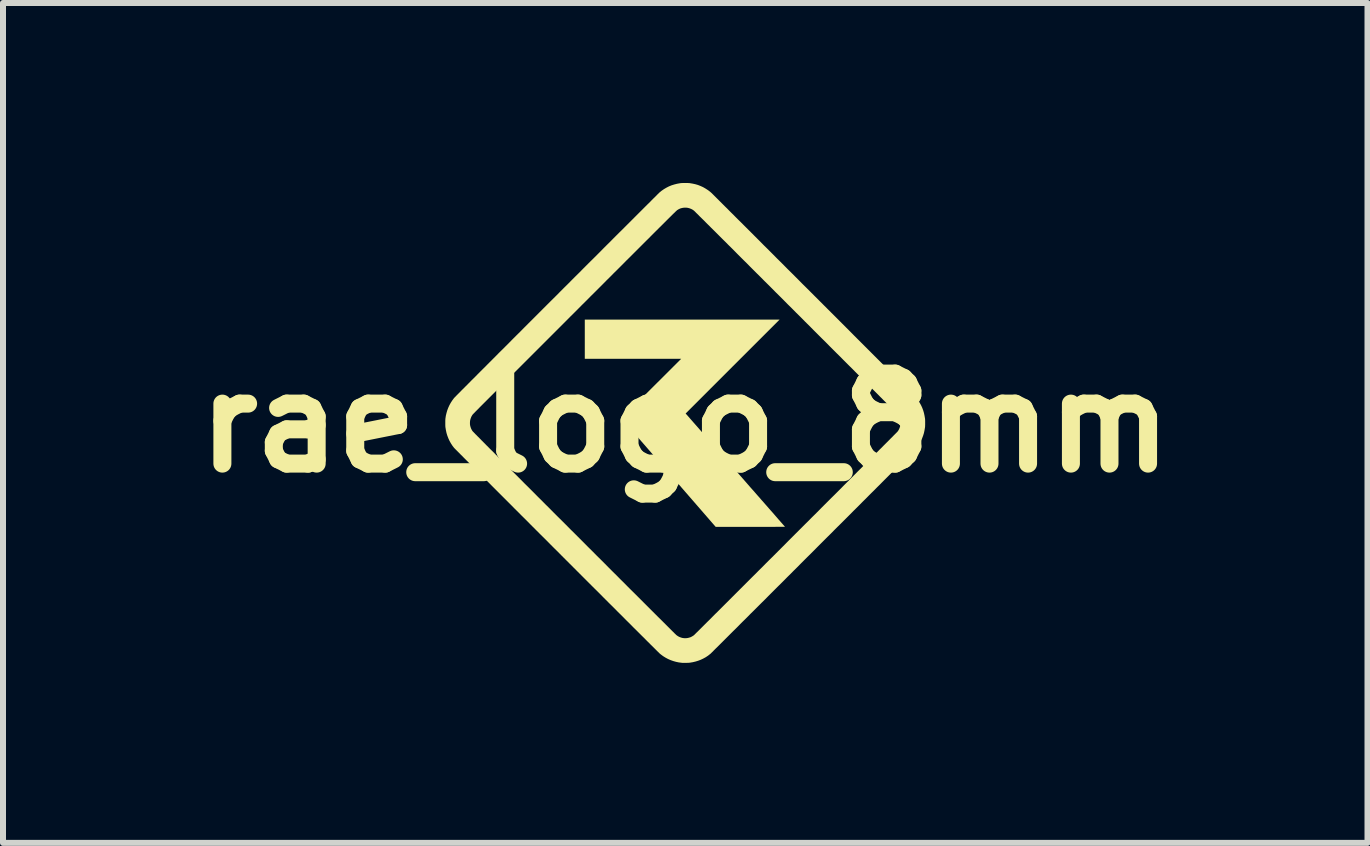
<source format=kicad_pcb>
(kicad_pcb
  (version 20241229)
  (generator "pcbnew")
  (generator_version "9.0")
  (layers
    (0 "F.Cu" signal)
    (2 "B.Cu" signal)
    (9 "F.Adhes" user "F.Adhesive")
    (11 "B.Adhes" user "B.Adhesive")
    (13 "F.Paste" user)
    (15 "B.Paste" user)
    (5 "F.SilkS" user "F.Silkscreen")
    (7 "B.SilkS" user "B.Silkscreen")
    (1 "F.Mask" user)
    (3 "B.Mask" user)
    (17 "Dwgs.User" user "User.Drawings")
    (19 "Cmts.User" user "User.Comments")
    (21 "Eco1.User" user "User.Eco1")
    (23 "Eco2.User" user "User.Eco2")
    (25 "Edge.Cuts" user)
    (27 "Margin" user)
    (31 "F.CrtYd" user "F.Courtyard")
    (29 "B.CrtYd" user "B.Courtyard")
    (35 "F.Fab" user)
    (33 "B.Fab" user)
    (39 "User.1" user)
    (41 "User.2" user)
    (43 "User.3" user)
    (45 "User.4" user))
  (footprint "rae_logo_8mm"
    (layer "F.Cu")
    (at 8.371 3.999)
    (property "Reference" "rae_logo_8mm" (at 0 0 0) (layer "F.SilkS") (effects (font (size 1.5 1.5) (thickness 0.3))))
    (attr board_only exclude_from_pos_files exclude_from_bom)
    (fp_poly (pts (xy 0.79 -0.94) (xy 0.007 -0.157) (xy 0.833 0.785) (xy 0.877 0.834) (xy 0.92 0.883) (xy 0.962 0.931) (xy 1.004 0.979) (xy 1.044 1.025) (xy 1.084 1.071) (xy 1.124 1.116) (xy 1.162 1.159) (xy 1.199 1.202) (xy 1.236 1.243) (xy 1.271 1.284) (xy 1.305 1.322) (xy 1.338 1.36) (xy 1.37 1.396) (xy 1.4 1.431) (xy 1.429 1.464) (xy 1.457 1.495) (xy 1.483 1.525) (xy 1.507 1.553) (xy 1.53 1.579) (xy 1.551 1.604) (xy 1.571 1.626) (xy 1.589 1.647) (xy 1.605 1.665) (xy 1.619 1.681) (xy 1.631 1.695) (xy 1.642 1.707) (xy 1.65 1.716) (xy 1.656 1.723) (xy 1.66 1.728) (xy 1.661 1.73) (xy 1.662 1.73) (xy 1.662 1.73) (xy 1.661 1.73) (xy 1.661 1.73) (xy 1.66 1.731) (xy 1.658 1.731) (xy 1.655 1.731) (xy 1.652 1.731) (xy 1.647 1.731) (xy 1.642 1.732) (xy 1.635 1.732) (xy 1.627 1.732) (xy 1.618 1.732) (xy 1.607 1.732) (xy 1.595 1.732) (xy 1.581 1.732) (xy 1.565 1.732) (xy 1.547 1.732) (xy 1.527 1.732) (xy 1.505 1.732) (xy 1.48 1.733) (xy 1.453 1.733) (xy 1.424 1.733) (xy 1.392 1.733) (xy 1.358 1.733) (xy 1.32 1.733) (xy 1.28 1.733) (xy 1.237 1.733) (xy 1.19 1.733) (xy 1.14 1.733) (xy 1.087 1.733) (xy 1.086 1.733) (xy 0.508 1.733) (xy -0.191 0.928) (xy -0.89 0.124) (xy -0.982 0.031) (xy -1.075 -0.062) (xy -0.571 -0.566) (xy -0.067 -1.069) (xy -0.87 -1.069) (xy -1.674 -1.069) (xy -1.674 -1.396) (xy -1.674 -1.722) (xy -0.05 -1.722) (xy 1.573 -1.722)) (stroke (width 0) (type solid)) (fill yes) (layer "F.SilkS"))
    (fp_poly (pts (xy 0.009 -3.999) (xy 0.024 -3.999) (xy 0.039 -3.999) (xy 0.052 -3.998) (xy 0.063 -3.998) (xy 0.071 -3.997) (xy 0.12 -3.989) (xy 0.167 -3.979) (xy 0.212 -3.966) (xy 0.255 -3.949) (xy 0.297 -3.93) (xy 0.337 -3.907) (xy 0.376 -3.882) (xy 0.394 -3.869) (xy 0.404 -3.861) (xy 0.415 -3.853) (xy 0.425 -3.844) (xy 0.434 -3.836) (xy 0.437 -3.834) (xy 0.439 -3.832) (xy 0.443 -3.828) (xy 0.45 -3.821) (xy 0.459 -3.812) (xy 0.47 -3.801) (xy 0.484 -3.787) (xy 0.499 -3.772) (xy 0.517 -3.754) (xy 0.537 -3.734) (xy 0.559 -3.712) (xy 0.583 -3.688) (xy 0.609 -3.662) (xy 0.637 -3.634) (xy 0.667 -3.604) (xy 0.699 -3.573) (xy 0.732 -3.539) (xy 0.767 -3.504) (xy 0.804 -3.468) (xy 0.842 -3.429) (xy 0.882 -3.389) (xy 0.924 -3.348) (xy 0.967 -3.305) (xy 1.012 -3.26) (xy 1.058 -3.214) (xy 1.105 -3.167) (xy 1.154 -3.118) (xy 1.204 -3.068) (xy 1.255 -3.017) (xy 1.307 -2.964) (xy 1.361 -2.911) (xy 1.416 -2.856) (xy 1.472 -2.8) (xy 1.528 -2.743) (xy 1.586 -2.686) (xy 1.645 -2.627) (xy 1.704 -2.567) (xy 1.765 -2.507) (xy 1.826 -2.446) (xy 1.888 -2.384) (xy 1.95 -2.321) (xy 2.014 -2.258) (xy 2.078 -2.194) (xy 2.142 -2.13) (xy 2.148 -2.124) (xy 2.231 -2.041) (xy 2.312 -1.96) (xy 2.39 -1.882) (xy 2.466 -1.806) (xy 2.54 -1.732) (xy 2.611 -1.661) (xy 2.68 -1.592) (xy 2.747 -1.525) (xy 2.811 -1.46) (xy 2.873 -1.398) (xy 2.933 -1.338) (xy 2.991 -1.28) (xy 3.047 -1.224) (xy 3.101 -1.17) (xy 3.152 -1.119) (xy 3.202 -1.069) (xy 3.249 -1.022) (xy 3.295 -0.976) (xy 3.338 -0.933) (xy 3.379 -0.891) (xy 3.419 -0.852) (xy 3.457 -0.814) (xy 3.492 -0.778) (xy 3.526 -0.744) (xy 3.558 -0.712) (xy 3.589 -0.682) (xy 3.617 -0.653) (xy 3.644 -0.626) (xy 3.669 -0.601) (xy 3.692 -0.578) (xy 3.714 -0.556) (xy 3.734 -0.536) (xy 3.752 -0.517) (xy 3.769 -0.5) (xy 3.784 -0.485) (xy 3.797 -0.471) (xy 3.81 -0.459) (xy 3.82 -0.448) (xy 3.829 -0.439) (xy 3.837 -0.431) (xy 3.843 -0.425) (xy 3.848 -0.42) (xy 3.852 -0.416) (xy 3.854 -0.413) (xy 3.855 -0.413) (xy 3.884 -0.374) (xy 3.909 -0.334) (xy 3.931 -0.294) (xy 3.95 -0.253) (xy 3.966 -0.21) (xy 3.979 -0.166) (xy 3.989 -0.119) (xy 3.997 -0.071) (xy 3.997 -0.071) (xy 3.998 -0.063) (xy 3.998 -0.052) (xy 3.999 -0.038) (xy 3.999 -0.021) (xy 3.999 -0.003) (xy 3.999 0) (xy 3.999 0.018) (xy 3.999 0.035) (xy 3.998 0.049) (xy 3.998 0.061) (xy 3.997 0.07) (xy 3.997 0.071) (xy 3.989 0.12) (xy 3.979 0.168) (xy 3.965 0.213) (xy 3.948 0.258) (xy 3.928 0.3) (xy 3.905 0.341) (xy 3.88 0.38) (xy 3.851 0.417) (xy 3.84 0.43) (xy 3.838 0.432) (xy 3.834 0.436) (xy 3.827 0.443) (xy 3.818 0.452) (xy 3.807 0.463) (xy 3.794 0.477) (xy 3.778 0.492) (xy 3.761 0.51) (xy 3.741 0.529) (xy 3.72 0.551) (xy 3.696 0.575) (xy 3.671 0.6) (xy 3.644 0.627) (xy 3.615 0.656) (xy 3.584 0.687) (xy 3.552 0.719) (xy 3.518 0.753) (xy 3.483 0.788) (xy 3.446 0.825) (xy 3.408 0.863) (xy 3.368 0.903) (xy 3.327 0.944) (xy 3.285 0.986) (xy 3.242 1.03) (xy 3.197 1.074) (xy 3.152 1.12) (xy 3.105 1.166) (xy 3.057 1.214) (xy 3.009 1.263) (xy 2.959 1.312) (xy 2.909 1.363) (xy 2.858 1.414) (xy 2.806 1.465) (xy 2.754 1.518) (xy 2.701 1.571) (xy 2.647 1.625) (xy 2.593 1.679) (xy 2.538 1.733) (xy 2.483 1.788) (xy 2.428 1.844) (xy 2.372 1.899) (xy 2.316 1.955) (xy 2.26 2.011) (xy 2.204 2.067) (xy 2.148 2.124) (xy 2.092 2.18) (xy 2.035 2.236) (xy 1.979 2.292) (xy 1.923 2.348) (xy 1.868 2.404) (xy 1.812 2.459) (xy 1.757 2.515) (xy 1.702 2.569) (xy 1.648 2.624) (xy 1.594 2.678) (xy 1.54 2.731) (xy 1.487 2.784) (xy 1.435 2.836) (xy 1.383 2.888) (xy 1.333 2.939) (xy 1.283 2.988) (xy 1.233 3.038) (xy 1.185 3.086) (xy 1.138 3.133) (xy 1.091 3.179) (xy 1.046 3.225) (xy 1.002 3.269) (xy 0.959 3.311) (xy 0.917 3.353) (xy 0.877 3.394) (xy 0.838 3.433) (xy 0.8 3.47) (xy 0.764 3.506) (xy 0.729 3.541) (xy 0.696 3.574) (xy 0.664 3.606) (xy 0.634 3.636) (xy 0.606 3.664) (xy 0.58 3.69) (xy 0.555 3.715) (xy 0.532 3.738) (xy 0.511 3.758) (xy 0.492 3.777) (xy 0.475 3.794) (xy 0.461 3.809) (xy 0.448 3.821) (xy 0.438 3.831) (xy 0.43 3.839) (xy 0.424 3.845) (xy 0.42 3.848) (xy 0.419 3.849) (xy 0.381 3.879) (xy 0.342 3.905) (xy 0.302 3.927) (xy 0.26 3.947) (xy 0.218 3.963) (xy 0.173 3.977) (xy 0.127 3.988) (xy 0.079 3.996) (xy 0.079 3.996) (xy 0.071 3.997) (xy 0.06 3.998) (xy 0.047 3.998) (xy 0.033 3.999) (xy 0.017 3.999) (xy 0.002 3.999) (xy -0.014 3.999) (xy -0.028 3.999) (xy -0.041 3.999) (xy -0.051 3.999) (xy -0.058 3.998) (xy -0.107 3.992) (xy -0.154 3.982) (xy -0.2 3.969) (xy -0.245 3.953) (xy -0.288 3.934) (xy -0.329 3.912) (xy -0.369 3.887) (xy -0.408 3.858) (xy -0.426 3.843) (xy -0.429 3.841) (xy -0.433 3.836) (xy -0.44 3.829) (xy -0.449 3.82) (xy -0.461 3.809) (xy -0.474 3.796) (xy -0.49 3.78) (xy -0.508 3.762) (xy -0.527 3.743) (xy -0.549 3.721) (xy -0.573 3.698) (xy -0.598 3.672) (xy -0.626 3.645) (xy -0.655 3.616) (xy -0.685 3.585) (xy -0.718 3.553) (xy -0.752 3.519) (xy -0.787 3.484) (xy -0.824 3.447) (xy -0.863 3.409) (xy -0.902 3.369) (xy -0.943 3.328) (xy -0.986 3.286) (xy -1.029 3.242) (xy -1.074 3.197) (xy -1.12 3.152) (xy -1.166 3.105) (xy -1.214 3.057) (xy -1.263 3.009) (xy -1.313 2.959) (xy -1.363 2.909) (xy -1.414 2.857) (xy -1.466 2.805) (xy -1.519 2.753) (xy -1.572 2.7) (xy -1.626 2.646) (xy -1.68 2.592) (xy -1.735 2.537) (xy -1.79 2.482) (xy -1.845 2.427) (xy -1.901 2.371) (xy -1.957 2.315) (xy -2.013 2.259) (xy -2.069 2.203) (xy -2.125 2.146) (xy -2.182 2.09) (xy -2.238 2.034) (xy -2.294 1.977) (xy -2.35 1.921) (xy -2.406 1.866) (xy -2.462 1.81) (xy -2.517 1.755) (xy -2.572 1.7) (xy -2.626 1.645) (xy -2.68 1.591) (xy -2.734 1.538) (xy -2.786 1.485) (xy -2.839 1.433) (xy -2.89 1.381) (xy -2.941 1.33) (xy -2.991 1.28) (xy -3.04 1.231) (xy -3.088 1.183) (xy -3.136 1.135) (xy -3.182 1.089) (xy -3.227 1.044) (xy -3.271 0.999) (xy -3.314 0.957) (xy -3.356 0.915) (xy -3.396 0.874) (xy -3.435 0.835) (xy -3.473 0.798) (xy -3.509 0.761) (xy -3.544 0.726) (xy -3.577 0.693) (xy -3.608 0.662) (xy -3.638 0.632) (xy -3.666 0.604) (xy -3.693 0.577) (xy -3.717 0.552) (xy -3.74 0.53) (xy -3.76 0.509) (xy -3.779 0.49) (xy -3.796 0.473) (xy -3.81 0.459) (xy -3.823 0.446) (xy -3.833 0.436) (xy -3.841 0.428) (xy -3.846 0.422) (xy -3.85 0.419) (xy -3.851 0.418) (xy -3.88 0.38) (xy -3.906 0.34) (xy -3.929 0.299) (xy -3.948 0.257) (xy -3.965 0.213) (xy -3.979 0.167) (xy -3.989 0.12) (xy -3.997 0.071) (xy -3.998 0.063) (xy -3.998 0.052) (xy -3.999 0.038) (xy -3.999 0.024) (xy -3.999 0.008) (xy -3.999 -0.008) (xy -3.588 -0.008) (xy -3.588 0.021) (xy -3.584 0.048) (xy -3.576 0.075) (xy -3.566 0.101) (xy -3.552 0.126) (xy -3.547 0.134) (xy -3.546 0.135) (xy -3.545 0.136) (xy -3.544 0.138) (xy -3.542 0.14) (xy -3.539 0.143) (xy -3.537 0.146) (xy -3.533 0.149) (xy -3.529 0.154) (xy -3.524 0.158) (xy -3.519 0.164) (xy -3.513 0.17) (xy -3.506 0.177) (xy -3.499 0.185) (xy -3.491 0.193) (xy -3.481 0.202) (xy -3.471 0.213) (xy -3.46 0.224) (xy -3.448 0.236) (xy -3.435 0.249) (xy -3.421 0.263) (xy -3.406 0.278) (xy -3.39 0.295) (xy -3.373 0.312) (xy -3.354 0.331) (xy -3.335 0.35) (xy -3.314 0.372) (xy -3.291 0.394) (xy -3.268 0.418) (xy -3.243 0.443) (xy -3.216 0.469) (xy -3.188 0.497) (xy -3.159 0.527) (xy -3.128 0.558) (xy -3.095 0.59) (xy -3.061 0.624) (xy -3.026 0.66) (xy -2.988 0.698) (xy -2.949 0.737) (xy -2.908 0.778) (xy -2.866 0.82) (xy -2.821 0.865) (xy -2.775 0.911) (xy -2.727 0.959) (xy -2.677 1.01) (xy -2.624 1.062) (xy -2.57 1.116) (xy -2.514 1.172) (xy -2.456 1.231) (xy -2.395 1.291) (xy -2.333 1.354) (xy -2.268 1.418) (xy -2.201 1.486) (xy -2.132 1.555) (xy -2.06 1.626) (xy -1.986 1.7) (xy -1.91 1.777) (xy -1.847 1.839) (xy -1.77 1.916) (xy -1.694 1.992) (xy -1.62 2.067) (xy -1.547 2.139) (xy -1.476 2.211) (xy -1.406 2.28) (xy -1.338 2.348) (xy -1.272 2.415) (xy -1.207 2.48) (xy -1.143 2.543) (xy -1.082 2.605) (xy -1.022 2.664) (xy -0.964 2.723) (xy -0.908 2.779) (xy -0.853 2.833) (xy -0.8 2.886) (xy -0.749 2.937) (xy -0.7 2.986) (xy -0.653 3.033) (xy -0.608 3.078) (xy -0.565 3.121) (xy -0.523 3.163) (xy -0.484 3.202) (xy -0.447 3.239) (xy -0.411 3.274) (xy -0.378 3.307) (xy -0.347 3.338) (xy -0.318 3.367) (xy -0.291 3.394) (xy -0.267 3.418) (xy -0.244 3.441) (xy -0.224 3.461) (xy -0.206 3.479) (xy -0.19 3.494) (xy -0.177 3.508) (xy -0.166 3.518) (xy -0.157 3.527) (xy -0.151 3.533) (xy -0.147 3.537) (xy -0.145 3.538) (xy -0.121 3.555) (xy -0.096 3.568) (xy -0.069 3.578) (xy -0.042 3.585) (xy -0.015 3.588) (xy 0.013 3.588) (xy 0.035 3.586) (xy 0.062 3.58) (xy 0.088 3.572) (xy 0.112 3.56) (xy 0.136 3.545) (xy 0.147 3.537) (xy 0.148 3.536) (xy 0.153 3.531) (xy 0.159 3.525) (xy 0.168 3.516) (xy 0.179 3.505) (xy 0.192 3.492) (xy 0.208 3.477) (xy 0.225 3.46) (xy 0.245 3.44) (xy 0.266 3.419) (xy 0.289 3.396) (xy 0.314 3.371) (xy 0.341 3.344) (xy 0.37 3.315) (xy 0.401 3.285) (xy 0.433 3.253) (xy 0.466 3.219) (xy 0.501 3.184) (xy 0.538 3.148) (xy 0.576 3.11) (xy 0.616 3.07) (xy 0.656 3.03) (xy 0.698 2.988) (xy 0.742 2.944) (xy 0.786 2.9) (xy 0.831 2.855) (xy 0.878 2.808) (xy 0.925 2.761) (xy 0.974 2.712) (xy 1.023 2.663) (xy 1.073 2.613) (xy 1.124 2.562) (xy 1.176 2.511) (xy 1.228 2.458) (xy 1.281 2.406) (xy 1.334 2.352) (xy 1.388 2.298) (xy 1.443 2.244) (xy 1.498 2.189) (xy 1.553 2.134) (xy 1.608 2.079) (xy 1.664 2.023) (xy 1.719 1.967) (xy 1.775 1.911) (xy 1.831 1.855) (xy 1.887 1.799) (xy 1.943 1.743) (xy 1.999 1.687) (xy 2.055 1.632) (xy 2.11 1.576) (xy 2.166 1.521) (xy 2.221 1.466) (xy 2.275 1.411) (xy 2.329 1.357) (xy 2.383 1.303) (xy 2.436 1.25) (xy 2.489 1.198) (xy 2.541 1.146) (xy 2.592 1.095) (xy 2.642 1.044) (xy 2.692 0.994) (xy 2.741 0.945) (xy 2.789 0.897) (xy 2.836 0.85) (xy 2.881 0.804) (xy 2.926 0.76) (xy 2.97 0.716) (xy 3.013 0.673) (xy 3.054 0.632) (xy 3.094 0.592) (xy 3.133 0.553) (xy 3.17 0.516) (xy 3.206 0.48) (xy 3.24 0.445) (xy 3.273 0.413) (xy 3.304 0.381) (xy 3.333 0.352) (xy 3.361 0.324) (xy 3.387 0.298) (xy 3.411 0.274) (xy 3.433 0.251) (xy 3.454 0.231) (xy 3.472 0.212) (xy 3.488 0.196) (xy 3.502 0.182) (xy 3.514 0.17) (xy 3.524 0.16) (xy 3.532 0.152) (xy 3.537 0.147) (xy 3.54 0.144) (xy 3.54 0.143) (xy 3.557 0.119) (xy 3.569 0.093) (xy 3.579 0.067) (xy 3.585 0.04) (xy 3.588 0.013) (xy 3.588 -0.008) (xy 3.586 -0.035) (xy 3.581 -0.061) (xy 3.573 -0.085) (xy 3.562 -0.109) (xy 3.547 -0.133) (xy 3.546 -0.135) (xy 3.546 -0.135) (xy 3.545 -0.137) (xy 3.543 -0.139) (xy 3.541 -0.141) (xy 3.539 -0.144) (xy 3.535 -0.147) (xy 3.532 -0.151) (xy 3.527 -0.155) (xy 3.522 -0.161) (xy 3.517 -0.166) (xy 3.51 -0.173) (xy 3.503 -0.181) (xy 3.495 -0.189) (xy 3.486 -0.198) (xy 3.476 -0.208) (xy 3.465 -0.219) (xy 3.454 -0.231) (xy 3.441 -0.243) (xy 3.427 -0.257) (xy 3.412 -0.272) (xy 3.396 -0.288) (xy 3.379 -0.306) (xy 3.361 -0.324) (xy 3.341 -0.344) (xy 3.32 -0.365) (xy 3.298 -0.387) (xy 3.275 -0.411) (xy 3.25 -0.435) (xy 3.224 -0.462) (xy 3.196 -0.49) (xy 3.167 -0.519) (xy 3.136 -0.55) (xy 3.104 -0.582) (xy 3.07 -0.616) (xy 3.034 -0.652) (xy 2.997 -0.689) (xy 2.958 -0.728) (xy 2.917 -0.769) (xy 2.875 -0.811) (xy 2.831 -0.855) (xy 2.785 -0.902) (xy 2.736 -0.95) (xy 2.686 -1) (xy 2.634 -1.052) (xy 2.581 -1.106) (xy 2.524 -1.162) (xy 2.466 -1.22) (xy 2.406 -1.28) (xy 2.344 -1.343) (xy 2.279 -1.407) (xy 2.212 -1.474) (xy 2.143 -1.543) (xy 2.072 -1.615) (xy 1.998 -1.688) (xy 1.922 -1.765) (xy 1.848 -1.838) (xy 1.779 -1.908) (xy 1.71 -1.976) (xy 1.643 -2.044) (xy 1.576 -2.111) (xy 1.51 -2.176) (xy 1.446 -2.241) (xy 1.383 -2.304) (xy 1.32 -2.366) (xy 1.259 -2.428) (xy 1.199 -2.487) (xy 1.14 -2.546) (xy 1.083 -2.603) (xy 1.027 -2.66) (xy 0.972 -2.714) (xy 0.919 -2.767) (xy 0.867 -2.819) (xy 0.817 -2.87) (xy 0.768 -2.919) (xy 0.72 -2.966) (xy 0.675 -3.012) (xy 0.63 -3.056) (xy 0.588 -3.098) (xy 0.547 -3.139) (xy 0.508 -3.178) (xy 0.471 -3.215) (xy 0.435 -3.25) (xy 0.402 -3.284) (xy 0.37 -3.315) (xy 0.34 -3.345) (xy 0.313 -3.373) (xy 0.287 -3.398) (xy 0.263 -3.422) (xy 0.241 -3.443) (xy 0.222 -3.463) (xy 0.205 -3.48) (xy 0.189 -3.495) (xy 0.176 -3.508) (xy 0.166 -3.519) (xy 0.157 -3.527) (xy 0.151 -3.533) (xy 0.148 -3.536) (xy 0.147 -3.537) (xy 0.123 -3.554) (xy 0.098 -3.567) (xy 0.072 -3.577) (xy 0.046 -3.584) (xy 0.018 -3.588) (xy -0.008 -3.588) (xy -0.034 -3.586) (xy -0.059 -3.581) (xy -0.083 -3.574) (xy -0.107 -3.563) (xy -0.13 -3.549) (xy -0.133 -3.548) (xy -0.134 -3.547) (xy -0.135 -3.546) (xy -0.136 -3.545) (xy -0.137 -3.544) (xy -0.139 -3.542) (xy -0.141 -3.54) (xy -0.144 -3.538) (xy -0.147 -3.536) (xy -0.15 -3.532) (xy -0.154 -3.529) (xy -0.158 -3.525) (xy -0.163 -3.52) (xy -0.168 -3.515) (xy -0.174 -3.509) (xy -0.181 -3.502) (xy -0.189 -3.495) (xy -0.197 -3.487) (xy -0.206 -3.478) (xy -0.216 -3.469) (xy -0.226 -3.458) (xy -0.238 -3.447) (xy -0.25 -3.434) (xy -0.264 -3.421) (xy -0.278 -3.407) (xy -0.294 -3.391) (xy -0.31 -3.375) (xy -0.328 -3.357) (xy -0.347 -3.338) (xy -0.367 -3.318) (xy -0.388 -3.297) (xy -0.411 -3.274) (xy -0.435 -3.251) (xy -0.46 -3.225) (xy -0.487 -3.199) (xy -0.515 -3.171) (xy -0.545 -3.141) (xy -0.576 -3.11) (xy -0.608 -3.077) (xy -0.643 -3.043) (xy -0.679 -3.007) (xy -0.716 -2.97) (xy -0.755 -2.931) (xy -0.796 -2.89) (xy -0.839 -2.847) (xy -0.884 -2.802) (xy -0.93 -2.756) (xy -0.979 -2.708) (xy -1.029 -2.657) (xy -1.081 -2.605) (xy -1.135 -2.551) (xy -1.192 -2.495) (xy -1.25 -2.436) (xy -1.311 -2.376) (xy -1.373 -2.313) (xy -1.438 -2.248) (xy -1.505 -2.181) (xy -1.575 -2.112) (xy -1.646 -2.04) (xy -1.721 -1.966) (xy -1.797 -1.889) (xy -1.843 -1.843) (xy -1.922 -1.765) (xy -1.998 -1.688) (xy -2.071 -1.615) (xy -2.143 -1.543) (xy -2.212 -1.474) (xy -2.279 -1.407) (xy -2.343 -1.343) (xy -2.406 -1.28) (xy -2.466 -1.22) (xy -2.524 -1.162) (xy -2.58 -1.106) (xy -2.634 -1.052) (xy -2.686 -1) (xy -2.736 -0.95) (xy -2.784 -0.902) (xy -2.83 -0.856) (xy -2.874 -0.812) (xy -2.917 -0.769) (xy -2.958 -0.728) (xy -2.997 -0.689) (xy -3.034 -0.652) (xy -3.069 -0.616) (xy -3.103 -0.582) (xy -3.135 -0.55) (xy -3.166 -0.519) (xy -3.195 -0.49) (xy -3.223 -0.462) (xy -3.249 -0.436) (xy -3.274 -0.411) (xy -3.298 -0.387) (xy -3.32 -0.365) (xy -3.341 -0.344) (xy -3.36 -0.325) (xy -3.379 -0.306) (xy -3.396 -0.289) (xy -3.412 -0.273) (xy -3.427 -0.258) (xy -3.44 -0.244) (xy -3.453 -0.231) (xy -3.465 -0.219) (xy -3.476 -0.208) (xy -3.486 -0.198) (xy -3.495 -0.189) (xy -3.503 -0.181) (xy -3.51 -0.173) (xy -3.516 -0.167) (xy -3.522 -0.161) (xy -3.527 -0.156) (xy -3.532 -0.151) (xy -3.535 -0.147) (xy -3.538 -0.144) (xy -3.541 -0.141) (xy -3.543 -0.139) (xy -3.545 -0.137) (xy -3.546 -0.136) (xy -3.546 -0.135) (xy -3.546 -0.135) (xy -3.561 -0.111) (xy -3.572 -0.086) (xy -3.58 -0.062) (xy -3.586 -0.036) (xy -3.588 -0.009) (xy -3.588 -0.008) (xy -3.999 -0.008) (xy -3.999 -0.008) (xy -3.999 -0.024) (xy -3.999 -0.039) (xy -3.998 -0.052) (xy -3.998 -0.063) (xy -3.997 -0.071) (xy -3.99 -0.119) (xy -3.979 -0.165) (xy -3.966 -0.21) (xy -3.95 -0.252) (xy -3.931 -0.294) (xy -3.909 -0.334) (xy -3.884 -0.373) (xy -3.855 -0.412) (xy -3.855 -0.412) (xy -3.854 -0.414) (xy -3.851 -0.417) (xy -3.847 -0.421) (xy -3.842 -0.426) (xy -3.835 -0.433) (xy -3.827 -0.441) (xy -3.818 -0.451) (xy -3.807 -0.462) (xy -3.795 -0.474) (xy -3.781 -0.488) (xy -3.766 -0.503) (xy -3.749 -0.52) (xy -3.731 -0.539) (xy -3.711 -0.559) (xy -3.689 -0.58) (xy -3.666 -0.604) (xy -3.641 -0.628) (xy -3.615 -0.655) (xy -3.587 -0.683) (xy -3.557 -0.714) (xy -3.525 -0.745) (xy -3.491 -0.779) (xy -3.456 -0.815) (xy -3.419 -0.852) (xy -3.38 -0.891) (xy -3.338 -0.932) (xy -3.296 -0.975) (xy -3.251 -1.02) (xy -3.204 -1.067) (xy -3.155 -1.116) (xy -3.104 -1.168) (xy -3.05 -1.221) (xy -2.995 -1.276) (xy -2.938 -1.333) (xy -2.879 -1.393) (xy -2.817 -1.455) (xy -2.753 -1.518) (xy -2.687 -1.585) (xy -2.619 -1.653) (xy -2.548 -1.724) (xy -2.475 -1.797) (xy -2.4 -1.872) (xy -2.322 -1.95) (xy -2.242 -2.03) (xy -2.159 -2.112) (xy -2.143 -2.128) (xy -2.079 -2.193) (xy -2.015 -2.257) (xy -1.951 -2.32) (xy -1.889 -2.383) (xy -1.827 -2.445) (xy -1.765 -2.506) (xy -1.705 -2.567) (xy -1.645 -2.627) (xy -1.586 -2.686) (xy -1.528 -2.743) (xy -1.471 -2.8) (xy -1.415 -2.856) (xy -1.361 -2.911) (xy -1.307 -2.965) (xy -1.254 -3.017) (xy -1.203 -3.069) (xy -1.153 -3.119) (xy -1.104 -3.168) (xy -1.056 -3.215) (xy -1.01 -3.261) (xy -0.965 -3.306) (xy -0.922 -3.349) (xy -0.88 -3.391) (xy -0.84 -3.431) (xy -0.801 -3.47) (xy -0.764 -3.507) (xy -0.729 -3.542) (xy -0.695 -3.576) (xy -0.664 -3.607) (xy -0.634 -3.637) (xy -0.605 -3.665) (xy -0.579 -3.691) (xy -0.555 -3.716) (xy -0.533 -3.738) (xy -0.512 -3.758) (xy -0.494 -3.776) (xy -0.478 -3.792) (xy -0.465 -3.806) (xy -0.453 -3.817) (xy -0.444 -3.826) (xy -0.437 -3.833) (xy -0.432 -3.838) (xy -0.43 -3.84) (xy -0.43 -3.84) (xy -0.393 -3.87) (xy -0.354 -3.897) (xy -0.313 -3.921) (xy -0.272 -3.942) (xy -0.228 -3.96) (xy -0.183 -3.974) (xy -0.136 -3.986) (xy -0.087 -3.995) (xy -0.071 -3.997) (xy -0.063 -3.998) (xy -0.052 -3.998) (xy -0.038 -3.999) (xy -0.023 -3.999) (xy -0.008 -3.999)) (stroke (width 0) (type solid)) (fill yes) (layer "F.SilkS")))
  (gr_rect
    (start -3 -3)
    (end 19.743 10.999)
    (stroke (width 0.1) (type default))
    (fill no)
    (layer "Edge.Cuts")))
</source>
